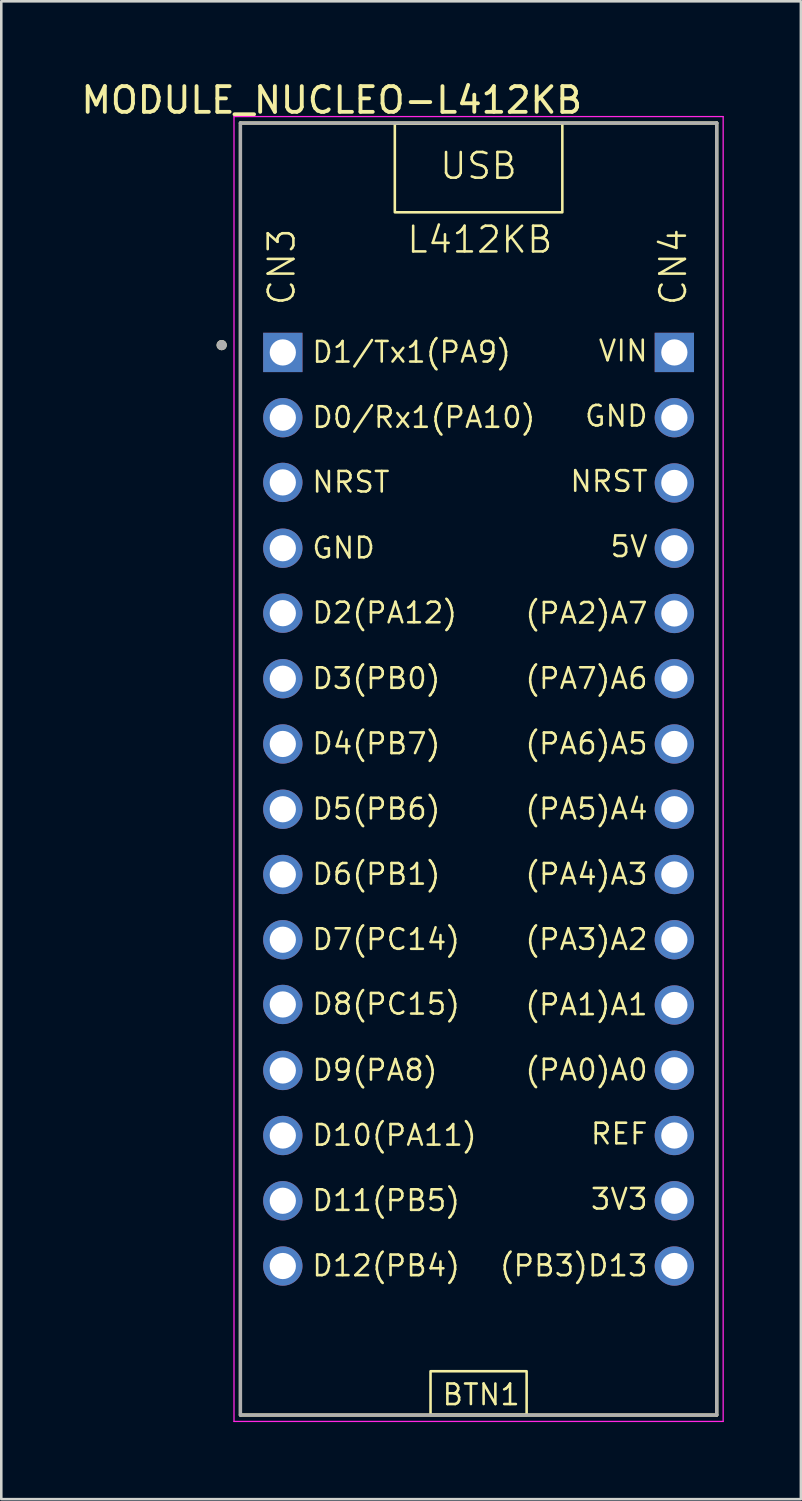
<source format=kicad_pcb>
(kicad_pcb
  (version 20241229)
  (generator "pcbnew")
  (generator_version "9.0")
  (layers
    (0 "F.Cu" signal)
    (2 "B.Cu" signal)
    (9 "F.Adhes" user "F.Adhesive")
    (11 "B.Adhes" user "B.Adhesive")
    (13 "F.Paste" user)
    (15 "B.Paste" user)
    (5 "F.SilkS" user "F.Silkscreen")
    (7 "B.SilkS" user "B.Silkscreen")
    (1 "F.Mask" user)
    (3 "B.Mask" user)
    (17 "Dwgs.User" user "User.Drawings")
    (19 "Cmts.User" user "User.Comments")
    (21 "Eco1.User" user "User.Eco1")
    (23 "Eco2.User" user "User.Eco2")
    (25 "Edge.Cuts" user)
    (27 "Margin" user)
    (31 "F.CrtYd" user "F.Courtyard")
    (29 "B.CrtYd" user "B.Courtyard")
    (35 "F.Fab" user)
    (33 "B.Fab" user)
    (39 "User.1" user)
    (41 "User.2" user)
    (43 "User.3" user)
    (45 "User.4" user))
  (footprint "MODULE_NUCLEO-L412KB"
    (layer "F.Cu")
    (at 15.578 26.883)
    (property "Reference" "MODULE_NUCLEO-L412KB" (at -5.715 -26.035 0) (layer "F.SilkS") (effects (font (size 1 1) (thickness 0.15))))
    (attr through_hole)
    (fp_line (start -9.27 -25.145) (end 9.27 -25.145) (stroke (width 0.127) (type solid)) (layer "F.SilkS"))
    (fp_line (start -9.27 25.145) (end -9.27 -25.145) (stroke (width 0.127) (type solid)) (layer "F.SilkS"))
    (fp_line (start 9.27 -25.145) (end 9.27 25.145) (stroke (width 0.127) (type solid)) (layer "F.SilkS"))
    (fp_line (start 9.27 25.145) (end -9.27 25.145) (stroke (width 0.127) (type solid)) (layer "F.SilkS"))
    (fp_rect (start -3.26 -25.12) (end 3.26 -21.67) (stroke (width 0.1) (type default)) (fill no) (layer "F.SilkS"))
    (fp_rect (start -1.87 23.44) (end 1.87 25.14) (stroke (width 0.1) (type default)) (fill no) (layer "F.SilkS"))
    (fp_circle (center -10 -16.5) (end -9.9 -16.5) (stroke (width 0.2) (type solid)) (fill no) (layer "F.SilkS"))
    (fp_line (start -9.52 -25.395) (end 9.52 -25.395) (stroke (width 0.05) (type solid)) (layer "F.CrtYd"))
    (fp_line (start -9.52 25.395) (end -9.52 -25.395) (stroke (width 0.05) (type solid)) (layer "F.CrtYd"))
    (fp_line (start 9.52 -25.395) (end 9.52 25.395) (stroke (width 0.05) (type solid)) (layer "F.CrtYd"))
    (fp_line (start 9.52 25.395) (end -9.52 25.395) (stroke (width 0.05) (type solid)) (layer "F.CrtYd"))
    (fp_line (start -9.27 -25.145) (end 9.27 -25.145) (stroke (width 0.127) (type solid)) (layer "F.Fab"))
    (fp_line (start -9.27 25.145) (end -9.27 -25.145) (stroke (width 0.127) (type solid)) (layer "F.Fab"))
    (fp_line (start 9.27 -25.145) (end 9.27 25.145) (stroke (width 0.127) (type solid)) (layer "F.Fab"))
    (fp_line (start 9.27 25.145) (end -9.27 25.145) (stroke (width 0.127) (type solid)) (layer "F.Fab"))
    (fp_circle (center -10 -16.5) (end -9.9 -16.5) (stroke (width 0.2) (type solid)) (fill no) (layer "F.Fab"))
    (fp_text user "3V3" (at 4.305 17.21 0) (unlocked yes) (layer "F.SilkS") (effects (font (size 0.8 0.8) (thickness 0.1)) (justify left bottom)))
    (fp_text user "D5(PB6)" (at -6.54 2.022 0) (unlocked yes) (layer "F.SilkS") (effects (font (size 0.8 0.8) (thickness 0.1)) (justify left bottom)))
    (fp_text user "D0/Rx1(PA10)" (at -6.54 -13.219 0) (unlocked yes) (layer "F.SilkS") (effects (font (size 0.8 0.8) (thickness 0.1)) (justify left bottom)))
    (fp_text user "(PB3)D13" (at 0.762 19.802 0) (unlocked yes) (layer "F.SilkS") (effects (font (size 0.8 0.8) (thickness 0.1)) (justify left bottom)))
    (fp_text user "D9(PA8)" (at -6.54 12.19 0) (unlocked yes) (layer "F.SilkS") (effects (font (size 0.8 0.8) (thickness 0.1)) (justify left bottom)))
    (fp_text user "(PA3)A2" (at 1.753 7.101 0) (unlocked yes) (layer "F.SilkS") (effects (font (size 0.8 0.8) (thickness 0.1)) (justify left bottom)))
    (fp_text user "CN4" (at 8.159 -17.98 90) (unlocked yes) (layer "F.SilkS") (effects (font (size 1 1) (thickness 0.1)) (justify left bottom)))
    (fp_text user "D6(PB1)" (at -6.54 4.561 0) (unlocked yes) (layer "F.SilkS") (effects (font (size 0.8 0.8) (thickness 0.1)) (justify left bottom)))
    (fp_text user "BTN1" (at -1.47 24.82 0) (unlocked yes) (layer "F.SilkS") (effects (font (size 0.8 0.8) (thickness 0.1)) (justify left bottom)))
    (fp_text user "CN3" (at -7.08 -17.98 90) (unlocked yes) (layer "F.SilkS") (effects (font (size 1 1) (thickness 0.1)) (justify left bottom)))
    (fp_text user "L412KB" (at -2.85 -20.02 0) (unlocked yes) (layer "F.SilkS") (effects (font (size 1 1) (thickness 0.1)) (justify left bottom)))
    (fp_text user "D11(PB5)" (at -6.54 17.262 0) (unlocked yes) (layer "F.SilkS") (effects (font (size 0.8 0.8) (thickness 0.1)) (justify left bottom)))
    (fp_text user "D8(PC15)" (at -6.54 9.62 0) (unlocked yes) (layer "F.SilkS") (effects (font (size 0.8 0.8) (thickness 0.1)) (justify left bottom)))
    (fp_text user "GND" (at -6.54 -8.139 0) (unlocked yes) (layer "F.SilkS") (effects (font (size 0.8 0.8) (thickness 0.1)) (justify left bottom)))
    (fp_text user "D2(PA12)" (at -6.54 -5.61 0) (unlocked yes) (layer "F.SilkS") (effects (font (size 0.8 0.8) (thickness 0.1)) (justify left bottom)))
    (fp_text user "USB" (at -1.57 -22.89 0) (unlocked yes) (layer "F.SilkS") (effects (font (size 1 1) (thickness 0.1)) (justify left bottom)))
    (fp_text user "D7(PC14)" (at -6.54 7.101 0) (unlocked yes) (layer "F.SilkS") (effects (font (size 0.8 0.8) (thickness 0.1)) (justify left bottom)))
    (fp_text user "(PA5)A4" (at 1.753 2.022 0) (unlocked yes) (layer "F.SilkS") (effects (font (size 0.8 0.8) (thickness 0.1)) (justify left bottom)))
    (fp_text user "D3(PB0)" (at -6.54 -3.058 0) (unlocked yes) (layer "F.SilkS") (effects (font (size 0.8 0.8) (thickness 0.1)) (justify left bottom)))
    (fp_text user "D10(PA11)" (at -6.54 14.722 0) (unlocked yes) (layer "F.SilkS") (effects (font (size 0.8 0.8) (thickness 0.1)) (justify left bottom)))
    (fp_text user "(PA2)A7" (at 1.753 -5.598 0) (unlocked yes) (layer "F.SilkS") (effects (font (size 0.8 0.8) (thickness 0.1)) (justify left bottom)))
    (fp_text user "(PA4)A3" (at 1.753 4.561 0) (unlocked yes) (layer "F.SilkS") (effects (font (size 0.8 0.8) (thickness 0.1)) (justify left bottom)))
    (fp_text user "D4(PB7)" (at -6.54 -0.518 0) (unlocked yes) (layer "F.SilkS") (effects (font (size 0.8 0.8) (thickness 0.1)) (justify left bottom)))
    (fp_text user "D1/Tx1(PA9)" (at -6.54 -15.758 0) (unlocked yes) (layer "F.SilkS") (effects (font (size 0.8 0.8) (thickness 0.1)) (justify left bottom)))
    (fp_text user "GND" (at 4.077 -13.27 0) (unlocked yes) (layer "F.SilkS") (effects (font (size 0.8 0.8) (thickness 0.1)) (justify left bottom)))
    (fp_text user "(PA6)A5" (at 1.753 -0.518 0) (unlocked yes) (layer "F.SilkS") (effects (font (size 0.8 0.8) (thickness 0.1)) (justify left bottom)))
    (fp_text user "NRST" (at 3.505 -10.73 0) (unlocked yes) (layer "F.SilkS") (effects (font (size 0.8 0.8) (thickness 0.1)) (justify left bottom)))
    (fp_text user "5V" (at 5.067 -8.19 0) (unlocked yes) (layer "F.SilkS") (effects (font (size 0.8 0.8) (thickness 0.1)) (justify left bottom)))
    (fp_text user "NRST" (at -6.54 -10.7 0) (unlocked yes) (layer "F.SilkS") (effects (font (size 0.8 0.8) (thickness 0.1)) (justify left bottom)))
    (fp_text user "REF" (at 4.305 14.67 0) (unlocked yes) (layer "F.SilkS") (effects (font (size 0.8 0.8) (thickness 0.1)) (justify left bottom)))
    (fp_text user "D12(PB4)" (at -6.54 19.802 0) (unlocked yes) (layer "F.SilkS") (effects (font (size 0.8 0.8) (thickness 0.1)) (justify left bottom)))
    (fp_text user "(PA1)A1" (at 1.753 9.642 0) (unlocked yes) (layer "F.SilkS") (effects (font (size 0.8 0.8) (thickness 0.1)) (justify left bottom)))
    (fp_text user "VIN" (at 4.61 -15.81 0) (unlocked yes) (layer "F.SilkS") (effects (font (size 0.8 0.8) (thickness 0.1)) (justify left bottom)))
    (fp_text user "(PA7)A6" (at 1.753 -3.058 0) (unlocked yes) (layer "F.SilkS") (effects (font (size 0.8 0.8) (thickness 0.1)) (justify left bottom)))
    (fp_text user "(PA0)A0" (at 1.753 12.181 0) (unlocked yes) (layer "F.SilkS") (effects (font (size 0.8 0.8) (thickness 0.1)) (justify left bottom)))
    (pad "CN3_1" thru_hole rect (at -7.62 -16.215) (size 1.53 1.53) (drill 1.02) (layers "*.Cu" "*.Mask"))
    (pad "CN3_2" thru_hole circle (at -7.62 -13.675) (size 1.53 1.53) (drill 1.02) (layers "*.Cu" "*.Mask"))
    (pad "CN3_3" thru_hole circle (at -7.62 -11.156) (size 1.53 1.53) (drill 1.02) (layers "*.Cu" "*.Mask"))
    (pad "CN3_4" thru_hole circle (at -7.62 -8.595) (size 1.53 1.53) (drill 1.02) (layers "*.Cu" "*.Mask"))
    (pad "CN3_5" thru_hole circle (at -7.62 -6.066) (size 1.53 1.53) (drill 1.02) (layers "*.Cu" "*.Mask"))
    (pad "CN3_6" thru_hole circle (at -7.62 -3.515) (size 1.53 1.53) (drill 1.02) (layers "*.Cu" "*.Mask"))
    (pad "CN3_7" thru_hole circle (at -7.62 -0.975) (size 1.53 1.53) (drill 1.02) (layers "*.Cu" "*.Mask"))
    (pad "CN3_8" thru_hole circle (at -7.62 1.565) (size 1.53 1.53) (drill 1.02) (layers "*.Cu" "*.Mask"))
    (pad "CN3_9" thru_hole circle (at -7.62 4.105) (size 1.53 1.53) (drill 1.02) (layers "*.Cu" "*.Mask"))
    (pad "CN3_10" thru_hole circle (at -7.62 6.645) (size 1.53 1.53) (drill 1.02) (layers "*.Cu" "*.Mask"))
    (pad "CN3_11" thru_hole circle (at -7.62 9.164) (size 1.53 1.53) (drill 1.02) (layers "*.Cu" "*.Mask"))
    (pad "CN3_12" thru_hole circle (at -7.62 11.733) (size 1.53 1.53) (drill 1.02) (layers "*.Cu" "*.Mask"))
    (pad "CN3_13" thru_hole circle (at -7.62 14.265) (size 1.53 1.53) (drill 1.02) (layers "*.Cu" "*.Mask"))
    (pad "CN3_14" thru_hole circle (at -7.62 16.805) (size 1.53 1.53) (drill 1.02) (layers "*.Cu" "*.Mask"))
    (pad "CN3_15" thru_hole circle (at -7.62 19.345) (size 1.53 1.53) (drill 1.02) (layers "*.Cu" "*.Mask"))
    (pad "CN4_1" thru_hole rect (at 7.62 -16.215) (size 1.53 1.53) (drill 1.02) (layers "*.Cu" "*.Mask"))
    (pad "CN4_2" thru_hole circle (at 7.62 -13.675) (size 1.53 1.53) (drill 1.02) (layers "*.Cu" "*.Mask"))
    (pad "CN4_3" thru_hole circle (at 7.62 -11.135) (size 1.53 1.53) (drill 1.02) (layers "*.Cu" "*.Mask"))
    (pad "CN4_4" thru_hole circle (at 7.62 -8.595) (size 1.53 1.53) (drill 1.02) (layers "*.Cu" "*.Mask"))
    (pad "CN4_5" thru_hole circle (at 7.62 -6.055) (size 1.53 1.53) (drill 1.02) (layers "*.Cu" "*.Mask"))
    (pad "CN4_6" thru_hole circle (at 7.62 -3.515) (size 1.53 1.53) (drill 1.02) (layers "*.Cu" "*.Mask"))
    (pad "CN4_7" thru_hole circle (at 7.62 -0.975) (size 1.53 1.53) (drill 1.02) (layers "*.Cu" "*.Mask"))
    (pad "CN4_8" thru_hole circle (at 7.62 1.565) (size 1.53 1.53) (drill 1.02) (layers "*.Cu" "*.Mask"))
    (pad "CN4_9" thru_hole circle (at 7.62 4.105) (size 1.53 1.53) (drill 1.02) (layers "*.Cu" "*.Mask"))
    (pad "CN4_10" thru_hole circle (at 7.62 6.645) (size 1.53 1.53) (drill 1.02) (layers "*.Cu" "*.Mask"))
    (pad "CN4_11" thru_hole circle (at 7.62 9.185) (size 1.53 1.53) (drill 1.02) (layers "*.Cu" "*.Mask"))
    (pad "CN4_12" thru_hole circle (at 7.62 11.725) (size 1.53 1.53) (drill 1.02) (layers "*.Cu" "*.Mask"))
    (pad "CN4_13" thru_hole circle (at 7.62 14.265) (size 1.53 1.53) (drill 1.02) (layers "*.Cu" "*.Mask"))
    (pad "CN4_14" thru_hole circle (at 7.62 16.805) (size 1.53 1.53) (drill 1.02) (layers "*.Cu" "*.Mask"))
    (pad "CN4_15" thru_hole circle (at 7.62 19.345) (size 1.53 1.53) (drill 1.02) (layers "*.Cu" "*.Mask")))
  (gr_rect
    (start -3 -3)
    (end 28.123 55.303)
    (stroke (width 0.1) (type default))
    (fill no)
    (layer "Edge.Cuts")))
</source>
